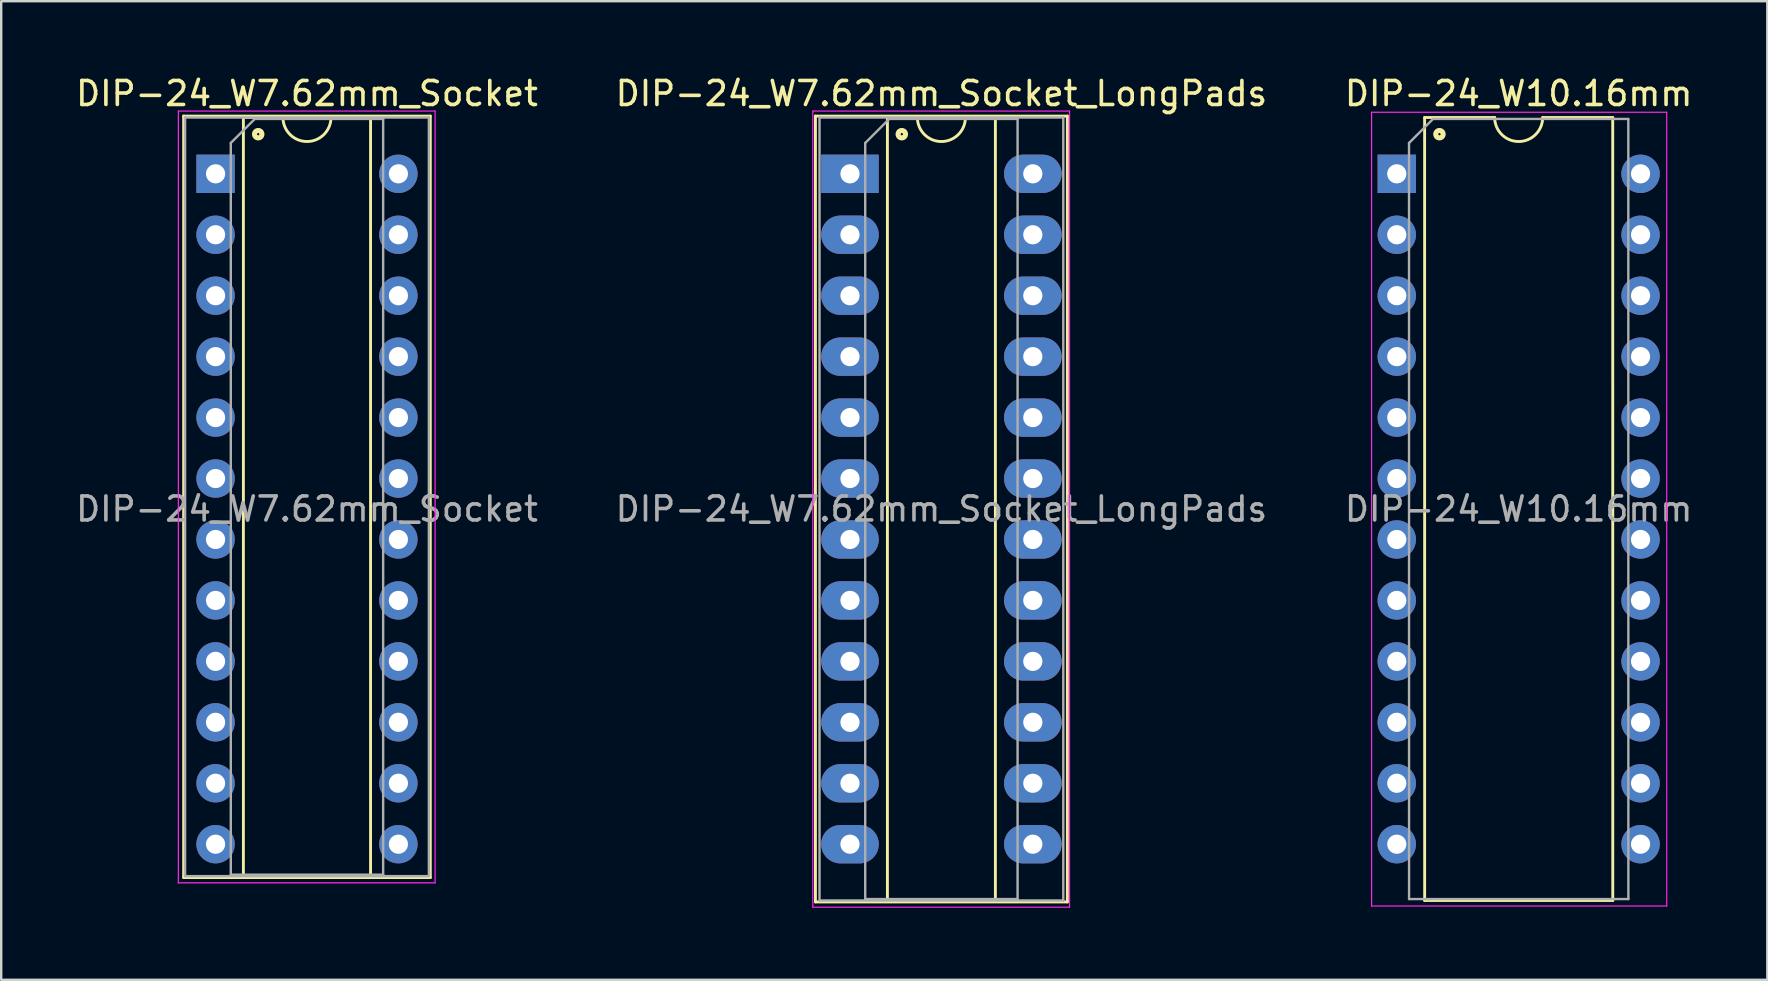
<source format=kicad_pcb>
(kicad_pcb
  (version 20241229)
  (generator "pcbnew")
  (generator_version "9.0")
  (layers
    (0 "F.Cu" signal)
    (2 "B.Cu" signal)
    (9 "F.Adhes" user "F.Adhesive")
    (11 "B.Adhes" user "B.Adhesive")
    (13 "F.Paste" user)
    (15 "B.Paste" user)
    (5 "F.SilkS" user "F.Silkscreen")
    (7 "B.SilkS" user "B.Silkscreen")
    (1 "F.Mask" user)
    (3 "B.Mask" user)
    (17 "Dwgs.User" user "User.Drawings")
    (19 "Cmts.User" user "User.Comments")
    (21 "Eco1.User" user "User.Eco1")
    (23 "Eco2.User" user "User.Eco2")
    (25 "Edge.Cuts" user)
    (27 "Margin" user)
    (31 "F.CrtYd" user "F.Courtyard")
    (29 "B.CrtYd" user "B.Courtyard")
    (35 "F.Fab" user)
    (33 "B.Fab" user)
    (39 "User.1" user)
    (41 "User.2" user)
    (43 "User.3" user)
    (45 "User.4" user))
  (footprint "DIP-24_W7.62mm_Socket_LongPads"
    (layer "F.Cu")
    (at 32.375 4.194)
    (property "Reference" "DIP-24_W7.62mm_Socket_LongPads" (at 3.81 -3.346 0) (layer "F.SilkS") (effects (font (size 1 1) (thickness 0.15))))
    (attr through_hole)
    (fp_line (start -1.44 -2.406) (end -1.44 30.346) (stroke (width 0.12) (type solid)) (layer "F.SilkS"))
    (fp_line (start -1.44 30.346) (end 9.06 30.346) (stroke (width 0.12) (type solid)) (layer "F.SilkS"))
    (fp_line (start 1.56 -2.346) (end 1.56 30.286) (stroke (width 0.12) (type solid)) (layer "F.SilkS"))
    (fp_line (start 1.56 30.286) (end 6.06 30.286) (stroke (width 0.12) (type solid)) (layer "F.SilkS"))
    (fp_line (start 2.81 -2.346) (end 1.56 -2.346) (stroke (width 0.12) (type solid)) (layer "F.SilkS"))
    (fp_line (start 6.06 -2.346) (end 4.81 -2.346) (stroke (width 0.12) (type solid)) (layer "F.SilkS"))
    (fp_line (start 6.06 30.286) (end 6.06 -2.346) (stroke (width 0.12) (type solid)) (layer "F.SilkS"))
    (fp_line (start 9.06 -2.406) (end -1.44 -2.406) (stroke (width 0.12) (type solid)) (layer "F.SilkS"))
    (fp_line (start 9.06 30.346) (end 9.06 -2.406) (stroke (width 0.12) (type solid)) (layer "F.SilkS"))
    (fp_arc (start 4.81 -2.346) (mid 3.81 -1.346) (end 2.81 -2.346) (stroke (width 0.12) (type solid)) (layer "F.SilkS"))
    (fp_circle (center 2.159 -1.651) (end 2.209 -1.651) (stroke (width 0.12) (type solid)) (fill no) (layer "F.SilkS"))
    (fp_circle (center 2.159 -1.651) (end 2.284 -1.651) (stroke (width 0.12) (type solid)) (fill no) (layer "F.SilkS"))
    (fp_circle (center 2.159 -1.651) (end 2.359 -1.651) (stroke (width 0.12) (type solid)) (fill no) (layer "F.SilkS"))
    (fp_line (start -1.55 -2.616) (end -1.55 30.566) (stroke (width 0.05) (type solid)) (layer "F.CrtYd"))
    (fp_line (start -1.55 30.566) (end 9.15 30.566) (stroke (width 0.05) (type solid)) (layer "F.CrtYd"))
    (fp_line (start 9.15 -2.616) (end -1.55 -2.616) (stroke (width 0.05) (type solid)) (layer "F.CrtYd"))
    (fp_line (start 9.15 30.566) (end 9.15 -2.616) (stroke (width 0.05) (type solid)) (layer "F.CrtYd"))
    (fp_line (start -1.27 -2.346) (end -1.27 30.286) (stroke (width 0.1) (type solid)) (layer "F.Fab"))
    (fp_line (start -1.27 30.286) (end 8.89 30.286) (stroke (width 0.1) (type solid)) (layer "F.Fab"))
    (fp_line (start 0.635 -1.286) (end 1.635 -2.286) (stroke (width 0.1) (type solid)) (layer "F.Fab"))
    (fp_line (start 0.635 30.226) (end 0.635 -1.286) (stroke (width 0.1) (type solid)) (layer "F.Fab"))
    (fp_line (start 1.635 -2.286) (end 6.985 -2.286) (stroke (width 0.1) (type solid)) (layer "F.Fab"))
    (fp_line (start 6.985 -2.286) (end 6.985 30.226) (stroke (width 0.1) (type solid)) (layer "F.Fab"))
    (fp_line (start 6.985 30.226) (end 0.635 30.226) (stroke (width 0.1) (type solid)) (layer "F.Fab"))
    (fp_line (start 8.89 -2.346) (end -1.27 -2.346) (stroke (width 0.1) (type solid)) (layer "F.Fab"))
    (fp_line (start 8.89 30.286) (end 8.89 -2.346) (stroke (width 0.1) (type solid)) (layer "F.Fab"))
    (fp_text user "${REFERENCE}" (at 3.81 13.97 0) (layer "F.Fab") (effects (font (size 1 1) (thickness 0.15))))
    (pad "1" thru_hole rect (at 0 0) (size 2.4 1.6) (drill 0.8) (layers "*.Cu" "*.Mask"))
    (pad "2" thru_hole oval (at 0 2.54) (size 2.4 1.6) (drill 0.8) (layers "*.Cu" "*.Mask"))
    (pad "3" thru_hole oval (at 0 5.08) (size 2.4 1.6) (drill 0.8) (layers "*.Cu" "*.Mask"))
    (pad "4" thru_hole oval (at 0 7.62) (size 2.4 1.6) (drill 0.8) (layers "*.Cu" "*.Mask"))
    (pad "5" thru_hole oval (at 0 10.16) (size 2.4 1.6) (drill 0.8) (layers "*.Cu" "*.Mask"))
    (pad "6" thru_hole oval (at 0 12.7) (size 2.4 1.6) (drill 0.8) (layers "*.Cu" "*.Mask"))
    (pad "7" thru_hole oval (at 0 15.24) (size 2.4 1.6) (drill 0.8) (layers "*.Cu" "*.Mask"))
    (pad "8" thru_hole oval (at 0 17.78) (size 2.4 1.6) (drill 0.8) (layers "*.Cu" "*.Mask"))
    (pad "9" thru_hole oval (at 0 20.32) (size 2.4 1.6) (drill 0.8) (layers "*.Cu" "*.Mask"))
    (pad "10" thru_hole oval (at 0 22.86) (size 2.4 1.6) (drill 0.8) (layers "*.Cu" "*.Mask"))
    (pad "11" thru_hole oval (at 0 25.4) (size 2.4 1.6) (drill 0.8) (layers "*.Cu" "*.Mask"))
    (pad "12" thru_hole oval (at 0 27.94) (size 2.4 1.6) (drill 0.8) (layers "*.Cu" "*.Mask"))
    (pad "13" thru_hole oval (at 7.62 27.94) (size 2.4 1.6) (drill 0.8) (layers "*.Cu" "*.Mask"))
    (pad "14" thru_hole oval (at 7.62 25.4) (size 2.4 1.6) (drill 0.8) (layers "*.Cu" "*.Mask"))
    (pad "15" thru_hole oval (at 7.62 22.86) (size 2.4 1.6) (drill 0.8) (layers "*.Cu" "*.Mask"))
    (pad "16" thru_hole oval (at 7.62 20.32) (size 2.4 1.6) (drill 0.8) (layers "*.Cu" "*.Mask"))
    (pad "17" thru_hole oval (at 7.62 17.78) (size 2.4 1.6) (drill 0.8) (layers "*.Cu" "*.Mask"))
    (pad "18" thru_hole oval (at 7.62 15.24) (size 2.4 1.6) (drill 0.8) (layers "*.Cu" "*.Mask"))
    (pad "19" thru_hole oval (at 7.62 12.7) (size 2.4 1.6) (drill 0.8) (layers "*.Cu" "*.Mask"))
    (pad "20" thru_hole oval (at 7.62 10.16) (size 2.4 1.6) (drill 0.8) (layers "*.Cu" "*.Mask"))
    (pad "21" thru_hole oval (at 7.62 7.62) (size 2.4 1.6) (drill 0.8) (layers "*.Cu" "*.Mask"))
    (pad "22" thru_hole oval (at 7.62 5.08) (size 2.4 1.6) (drill 0.8) (layers "*.Cu" "*.Mask"))
    (pad "23" thru_hole oval (at 7.62 2.54) (size 2.4 1.6) (drill 0.8) (layers "*.Cu" "*.Mask"))
    (pad "24" thru_hole oval (at 7.62 0) (size 2.4 1.6) (drill 0.8) (layers "*.Cu" "*.Mask")))
  (footprint "DIP-24_W7.62mm_Socket"
    (layer "F.Cu")
    (at 5.934 4.194)
    (property "Reference" "DIP-24_W7.62mm_Socket" (at 3.81 -3.346 0) (layer "F.SilkS") (effects (font (size 1 1) (thickness 0.15))))
    (attr through_hole)
    (fp_line (start -1.33 -2.406) (end -1.33 29.33) (stroke (width 0.12) (type solid)) (layer "F.SilkS"))
    (fp_line (start -1.33 29.33) (end 8.95 29.33) (stroke (width 0.12) (type solid)) (layer "F.SilkS"))
    (fp_line (start 1.16 -2.346) (end 1.16 29.27) (stroke (width 0.12) (type solid)) (layer "F.SilkS"))
    (fp_line (start 1.16 29.27) (end 6.46 29.27) (stroke (width 0.12) (type solid)) (layer "F.SilkS"))
    (fp_line (start 2.81 -2.346) (end 1.16 -2.346) (stroke (width 0.12) (type solid)) (layer "F.SilkS"))
    (fp_line (start 6.46 -2.346) (end 4.81 -2.346) (stroke (width 0.12) (type solid)) (layer "F.SilkS"))
    (fp_line (start 6.46 29.27) (end 6.46 -2.346) (stroke (width 0.12) (type solid)) (layer "F.SilkS"))
    (fp_line (start 8.95 -2.406) (end -1.33 -2.406) (stroke (width 0.12) (type solid)) (layer "F.SilkS"))
    (fp_line (start 8.95 29.33) (end 8.95 -2.406) (stroke (width 0.12) (type solid)) (layer "F.SilkS"))
    (fp_arc (start 4.81 -2.346) (mid 3.81 -1.346) (end 2.81 -2.346) (stroke (width 0.12) (type solid)) (layer "F.SilkS"))
    (fp_circle (center 1.778 -1.651) (end 1.828 -1.651) (stroke (width 0.12) (type solid)) (fill no) (layer "F.SilkS"))
    (fp_circle (center 1.778 -1.651) (end 1.903 -1.651) (stroke (width 0.12) (type solid)) (fill no) (layer "F.SilkS"))
    (fp_circle (center 1.778 -1.651) (end 1.978 -1.651) (stroke (width 0.12) (type solid)) (fill no) (layer "F.SilkS"))
    (fp_line (start -1.55 -2.616) (end -1.55 29.55) (stroke (width 0.05) (type solid)) (layer "F.CrtYd"))
    (fp_line (start -1.55 29.55) (end 9.15 29.55) (stroke (width 0.05) (type solid)) (layer "F.CrtYd"))
    (fp_line (start 9.15 -2.616) (end -1.55 -2.616) (stroke (width 0.05) (type solid)) (layer "F.CrtYd"))
    (fp_line (start 9.15 29.55) (end 9.15 -2.616) (stroke (width 0.05) (type solid)) (layer "F.CrtYd"))
    (fp_line (start -1.27 -2.346) (end -1.27 29.27) (stroke (width 0.1) (type solid)) (layer "F.Fab"))
    (fp_line (start -1.27 29.27) (end 8.89 29.27) (stroke (width 0.1) (type solid)) (layer "F.Fab"))
    (fp_line (start 0.635 -1.286) (end 1.635 -2.286) (stroke (width 0.1) (type solid)) (layer "F.Fab"))
    (fp_line (start 0.635 29.21) (end 0.635 -1.286) (stroke (width 0.1) (type solid)) (layer "F.Fab"))
    (fp_line (start 1.635 -2.286) (end 6.985 -2.286) (stroke (width 0.1) (type solid)) (layer "F.Fab"))
    (fp_line (start 6.985 -2.286) (end 6.985 29.21) (stroke (width 0.1) (type solid)) (layer "F.Fab"))
    (fp_line (start 6.985 29.21) (end 0.635 29.21) (stroke (width 0.1) (type solid)) (layer "F.Fab"))
    (fp_line (start 8.89 -2.346) (end -1.27 -2.346) (stroke (width 0.1) (type solid)) (layer "F.Fab"))
    (fp_line (start 8.89 29.27) (end 8.89 -2.346) (stroke (width 0.1) (type solid)) (layer "F.Fab"))
    (fp_text user "${REFERENCE}" (at 3.81 13.97 0) (layer "F.Fab") (effects (font (size 1 1) (thickness 0.15))))
    (pad "1" thru_hole rect (at 0 0) (size 1.6 1.6) (drill 0.8) (layers "*.Cu" "*.Mask"))
    (pad "2" thru_hole oval (at 0 2.54) (size 1.6 1.6) (drill 0.8) (layers "*.Cu" "*.Mask"))
    (pad "3" thru_hole oval (at 0 5.08) (size 1.6 1.6) (drill 0.8) (layers "*.Cu" "*.Mask"))
    (pad "4" thru_hole oval (at 0 7.62) (size 1.6 1.6) (drill 0.8) (layers "*.Cu" "*.Mask"))
    (pad "5" thru_hole oval (at 0 10.16) (size 1.6 1.6) (drill 0.8) (layers "*.Cu" "*.Mask"))
    (pad "6" thru_hole oval (at 0 12.7) (size 1.6 1.6) (drill 0.8) (layers "*.Cu" "*.Mask"))
    (pad "7" thru_hole oval (at 0 15.24) (size 1.6 1.6) (drill 0.8) (layers "*.Cu" "*.Mask"))
    (pad "8" thru_hole oval (at 0 17.78) (size 1.6 1.6) (drill 0.8) (layers "*.Cu" "*.Mask"))
    (pad "9" thru_hole oval (at 0 20.32) (size 1.6 1.6) (drill 0.8) (layers "*.Cu" "*.Mask"))
    (pad "10" thru_hole oval (at 0 22.86) (size 1.6 1.6) (drill 0.8) (layers "*.Cu" "*.Mask"))
    (pad "11" thru_hole oval (at 0 25.4) (size 1.6 1.6) (drill 0.8) (layers "*.Cu" "*.Mask"))
    (pad "12" thru_hole oval (at 0 27.94) (size 1.6 1.6) (drill 0.8) (layers "*.Cu" "*.Mask"))
    (pad "13" thru_hole oval (at 7.62 27.94) (size 1.6 1.6) (drill 0.8) (layers "*.Cu" "*.Mask"))
    (pad "14" thru_hole oval (at 7.62 25.4) (size 1.6 1.6) (drill 0.8) (layers "*.Cu" "*.Mask"))
    (pad "15" thru_hole oval (at 7.62 22.86) (size 1.6 1.6) (drill 0.8) (layers "*.Cu" "*.Mask"))
    (pad "16" thru_hole oval (at 7.62 20.32) (size 1.6 1.6) (drill 0.8) (layers "*.Cu" "*.Mask"))
    (pad "17" thru_hole oval (at 7.62 17.78) (size 1.6 1.6) (drill 0.8) (layers "*.Cu" "*.Mask"))
    (pad "18" thru_hole oval (at 7.62 15.24) (size 1.6 1.6) (drill 0.8) (layers "*.Cu" "*.Mask"))
    (pad "19" thru_hole oval (at 7.62 12.7) (size 1.6 1.6) (drill 0.8) (layers "*.Cu" "*.Mask"))
    (pad "20" thru_hole oval (at 7.62 10.16) (size 1.6 1.6) (drill 0.8) (layers "*.Cu" "*.Mask"))
    (pad "21" thru_hole oval (at 7.62 7.62) (size 1.6 1.6) (drill 0.8) (layers "*.Cu" "*.Mask"))
    (pad "22" thru_hole oval (at 7.62 5.08) (size 1.6 1.6) (drill 0.8) (layers "*.Cu" "*.Mask"))
    (pad "23" thru_hole oval (at 7.62 2.54) (size 1.6 1.6) (drill 0.8) (layers "*.Cu" "*.Mask"))
    (pad "24" thru_hole oval (at 7.62 0) (size 1.6 1.6) (drill 0.8) (layers "*.Cu" "*.Mask")))
  (footprint "DIP-24_W10.16mm"
    (layer "F.Cu")
    (at 55.164 4.194)
    (property "Reference" "DIP-24_W10.16mm" (at 5.08 -3.346 0) (layer "F.SilkS") (effects (font (size 1 1) (thickness 0.15))))
    (attr through_hole)
    (fp_line (start 1.16 -2.346) (end 1.162 30.286) (stroke (width 0.12) (type solid)) (layer "F.SilkS"))
    (fp_line (start 1.162 30.286) (end 9.002 30.286) (stroke (width 0.12) (type solid)) (layer "F.SilkS"))
    (fp_line (start 4.08 -2.346) (end 1.16 -2.346) (stroke (width 0.12) (type solid)) (layer "F.SilkS"))
    (fp_line (start 9 -2.346) (end 6.08 -2.346) (stroke (width 0.12) (type solid)) (layer "F.SilkS"))
    (fp_line (start 9.002 30.286) (end 9 -2.346) (stroke (width 0.12) (type solid)) (layer "F.SilkS"))
    (fp_arc (start 6.08 -2.346) (mid 5.08 -1.346) (end 4.08 -2.346) (stroke (width 0.12) (type solid)) (layer "F.SilkS"))
    (fp_circle (center 1.778 -1.651) (end 1.828 -1.651) (stroke (width 0.12) (type solid)) (fill no) (layer "F.SilkS"))
    (fp_circle (center 1.778 -1.651) (end 1.903 -1.651) (stroke (width 0.12) (type solid)) (fill no) (layer "F.SilkS"))
    (fp_circle (center 1.778 -1.651) (end 1.978 -1.651) (stroke (width 0.12) (type solid)) (fill no) (layer "F.SilkS"))
    (fp_line (start -1.05 -2.566) (end -1.048 30.516) (stroke (width 0.05) (type solid)) (layer "F.CrtYd"))
    (fp_line (start -1.048 30.516) (end 11.252 30.516) (stroke (width 0.05) (type solid)) (layer "F.CrtYd"))
    (fp_line (start 11.25 -2.566) (end -1.05 -2.566) (stroke (width 0.05) (type solid)) (layer "F.CrtYd"))
    (fp_line (start 11.252 30.516) (end 11.25 -2.566) (stroke (width 0.05) (type solid)) (layer "F.CrtYd"))
    (fp_line (start 0.51 -1.286) (end 1.51 -2.286) (stroke (width 0.1) (type solid)) (layer "F.Fab"))
    (fp_line (start 0.512 30.226) (end 0.51 -1.286) (stroke (width 0.1) (type solid)) (layer "F.Fab"))
    (fp_line (start 1.51 -2.286) (end 9.65 -2.286) (stroke (width 0.1) (type solid)) (layer "F.Fab"))
    (fp_line (start 9.65 -2.286) (end 9.652 30.226) (stroke (width 0.1) (type solid)) (layer "F.Fab"))
    (fp_line (start 9.652 30.226) (end 0.512 30.226) (stroke (width 0.1) (type solid)) (layer "F.Fab"))
    (fp_text user "${REFERENCE}" (at 5.08 13.97 0) (layer "F.Fab") (effects (font (size 1 1) (thickness 0.15))))
    (pad "1" thru_hole rect (at 0 0) (size 1.6 1.6) (drill 0.8) (layers "*.Cu" "*.Mask"))
    (pad "2" thru_hole oval (at 0 2.54) (size 1.6 1.6) (drill 0.8) (layers "*.Cu" "*.Mask"))
    (pad "3" thru_hole oval (at 0 5.08) (size 1.6 1.6) (drill 0.8) (layers "*.Cu" "*.Mask"))
    (pad "4" thru_hole oval (at 0 7.62) (size 1.6 1.6) (drill 0.8) (layers "*.Cu" "*.Mask"))
    (pad "5" thru_hole oval (at 0 10.16) (size 1.6 1.6) (drill 0.8) (layers "*.Cu" "*.Mask"))
    (pad "6" thru_hole oval (at 0 12.7) (size 1.6 1.6) (drill 0.8) (layers "*.Cu" "*.Mask"))
    (pad "7" thru_hole oval (at 0 15.24) (size 1.6 1.6) (drill 0.8) (layers "*.Cu" "*.Mask"))
    (pad "8" thru_hole oval (at 0 17.78) (size 1.6 1.6) (drill 0.8) (layers "*.Cu" "*.Mask"))
    (pad "9" thru_hole oval (at 0 20.32) (size 1.6 1.6) (drill 0.8) (layers "*.Cu" "*.Mask"))
    (pad "10" thru_hole oval (at 0 22.86) (size 1.6 1.6) (drill 0.8) (layers "*.Cu" "*.Mask"))
    (pad "11" thru_hole oval (at 0 25.4) (size 1.6 1.6) (drill 0.8) (layers "*.Cu" "*.Mask"))
    (pad "12" thru_hole oval (at 0 27.94) (size 1.6 1.6) (drill 0.8) (layers "*.Cu" "*.Mask"))
    (pad "13" thru_hole oval (at 10.16 27.94) (size 1.6 1.6) (drill 0.8) (layers "*.Cu" "*.Mask"))
    (pad "14" thru_hole oval (at 10.16 25.4) (size 1.6 1.6) (drill 0.8) (layers "*.Cu" "*.Mask"))
    (pad "15" thru_hole oval (at 10.16 22.86) (size 1.6 1.6) (drill 0.8) (layers "*.Cu" "*.Mask"))
    (pad "16" thru_hole oval (at 10.16 20.32) (size 1.6 1.6) (drill 0.8) (layers "*.Cu" "*.Mask"))
    (pad "17" thru_hole oval (at 10.16 17.78) (size 1.6 1.6) (drill 0.8) (layers "*.Cu" "*.Mask"))
    (pad "18" thru_hole oval (at 10.16 15.24) (size 1.6 1.6) (drill 0.8) (layers "*.Cu" "*.Mask"))
    (pad "19" thru_hole oval (at 10.16 12.7) (size 1.6 1.6) (drill 0.8) (layers "*.Cu" "*.Mask"))
    (pad "20" thru_hole oval (at 10.16 10.16) (size 1.6 1.6) (drill 0.8) (layers "*.Cu" "*.Mask"))
    (pad "21" thru_hole oval (at 10.16 7.62) (size 1.6 1.6) (drill 0.8) (layers "*.Cu" "*.Mask"))
    (pad "22" thru_hole oval (at 10.16 5.08) (size 1.6 1.6) (drill 0.8) (layers "*.Cu" "*.Mask"))
    (pad "23" thru_hole oval (at 10.16 2.54) (size 1.6 1.6) (drill 0.8) (layers "*.Cu" "*.Mask"))
    (pad "24" thru_hole oval (at 10.16 0) (size 1.6 1.6) (drill 0.8) (layers "*.Cu" "*.Mask")))
  (gr_rect
    (start -3 -3)
    (end 70.607 37.785)
    (stroke (width 0.1) (type default))
    (fill no)
    (layer "Edge.Cuts")))
</source>
